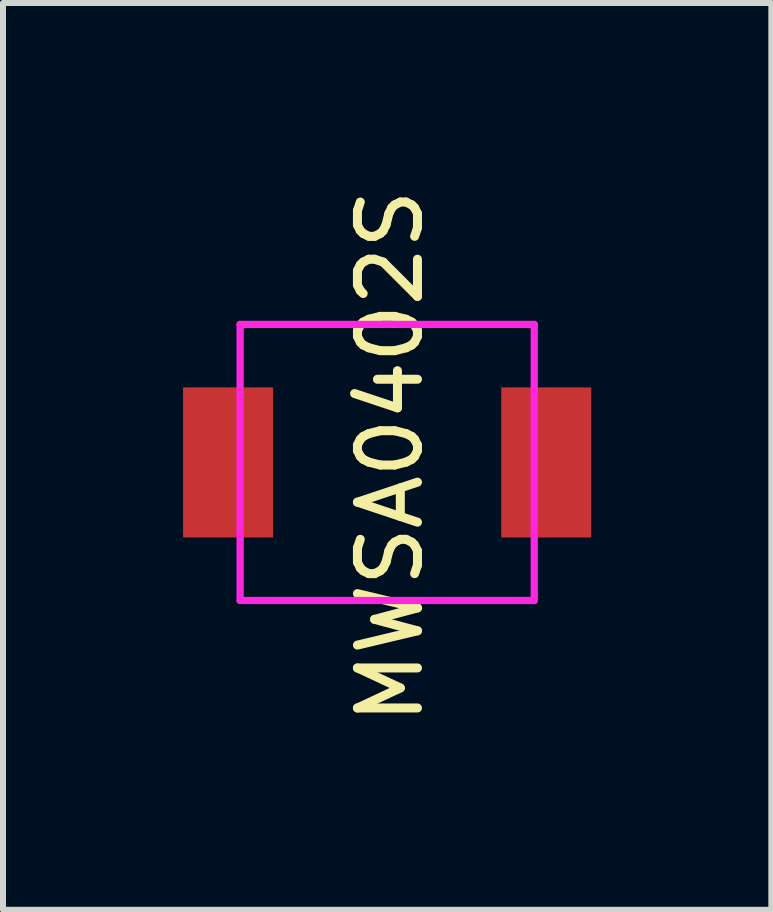
<source format=kicad_pcb>
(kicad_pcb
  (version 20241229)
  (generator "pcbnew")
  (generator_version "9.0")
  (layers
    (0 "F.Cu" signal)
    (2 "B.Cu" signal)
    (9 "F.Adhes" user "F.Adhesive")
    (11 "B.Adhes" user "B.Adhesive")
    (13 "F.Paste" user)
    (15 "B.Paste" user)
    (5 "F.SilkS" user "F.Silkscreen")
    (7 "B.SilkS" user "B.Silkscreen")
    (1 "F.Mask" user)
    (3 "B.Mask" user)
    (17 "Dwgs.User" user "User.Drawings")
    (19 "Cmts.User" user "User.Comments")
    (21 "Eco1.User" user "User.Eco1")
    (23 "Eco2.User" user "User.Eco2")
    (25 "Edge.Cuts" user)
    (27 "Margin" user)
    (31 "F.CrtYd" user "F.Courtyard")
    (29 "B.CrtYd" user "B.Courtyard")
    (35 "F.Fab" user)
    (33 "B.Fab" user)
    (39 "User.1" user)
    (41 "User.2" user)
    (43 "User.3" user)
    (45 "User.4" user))
  (footprint "MWSA0402S"
    (layer "F.Cu")
    (at 3.35 4.654)
    (property "Reference" "MWSA0402S" (at 0.1 -0.1 90) (layer "F.SilkS") (effects (font (size 1 1) (thickness 0.15))))
    (attr through_hole)
    (fp_line (start -2.4 -2.3) (end 2.5 -2.3) (stroke (width 0.12) (type solid)) (layer "F.CrtYd"))
    (fp_line (start -2.4 2.3) (end -2.4 -2.3) (stroke (width 0.12) (type solid)) (layer "F.CrtYd"))
    (fp_line (start 2.5 -2.3) (end 2.5 2.3) (stroke (width 0.12) (type solid)) (layer "F.CrtYd"))
    (fp_line (start 2.5 2.3) (end -2.4 2.3) (stroke (width 0.12) (type solid)) (layer "F.CrtYd"))
    (pad "1" smd rect (at -2.6 0) (size 1.5 2.5) (layers "F.Cu" "F.Mask" "F.Paste"))
    (pad "2" smd rect (at 2.7 0) (size 1.5 2.5) (layers "F.Cu" "F.Mask" "F.Paste")))
  (gr_rect
    (start -3 -3)
    (end 9.8 12.107)
    (stroke (width 0.1) (type default))
    (fill no)
    (layer "Edge.Cuts")))
</source>
